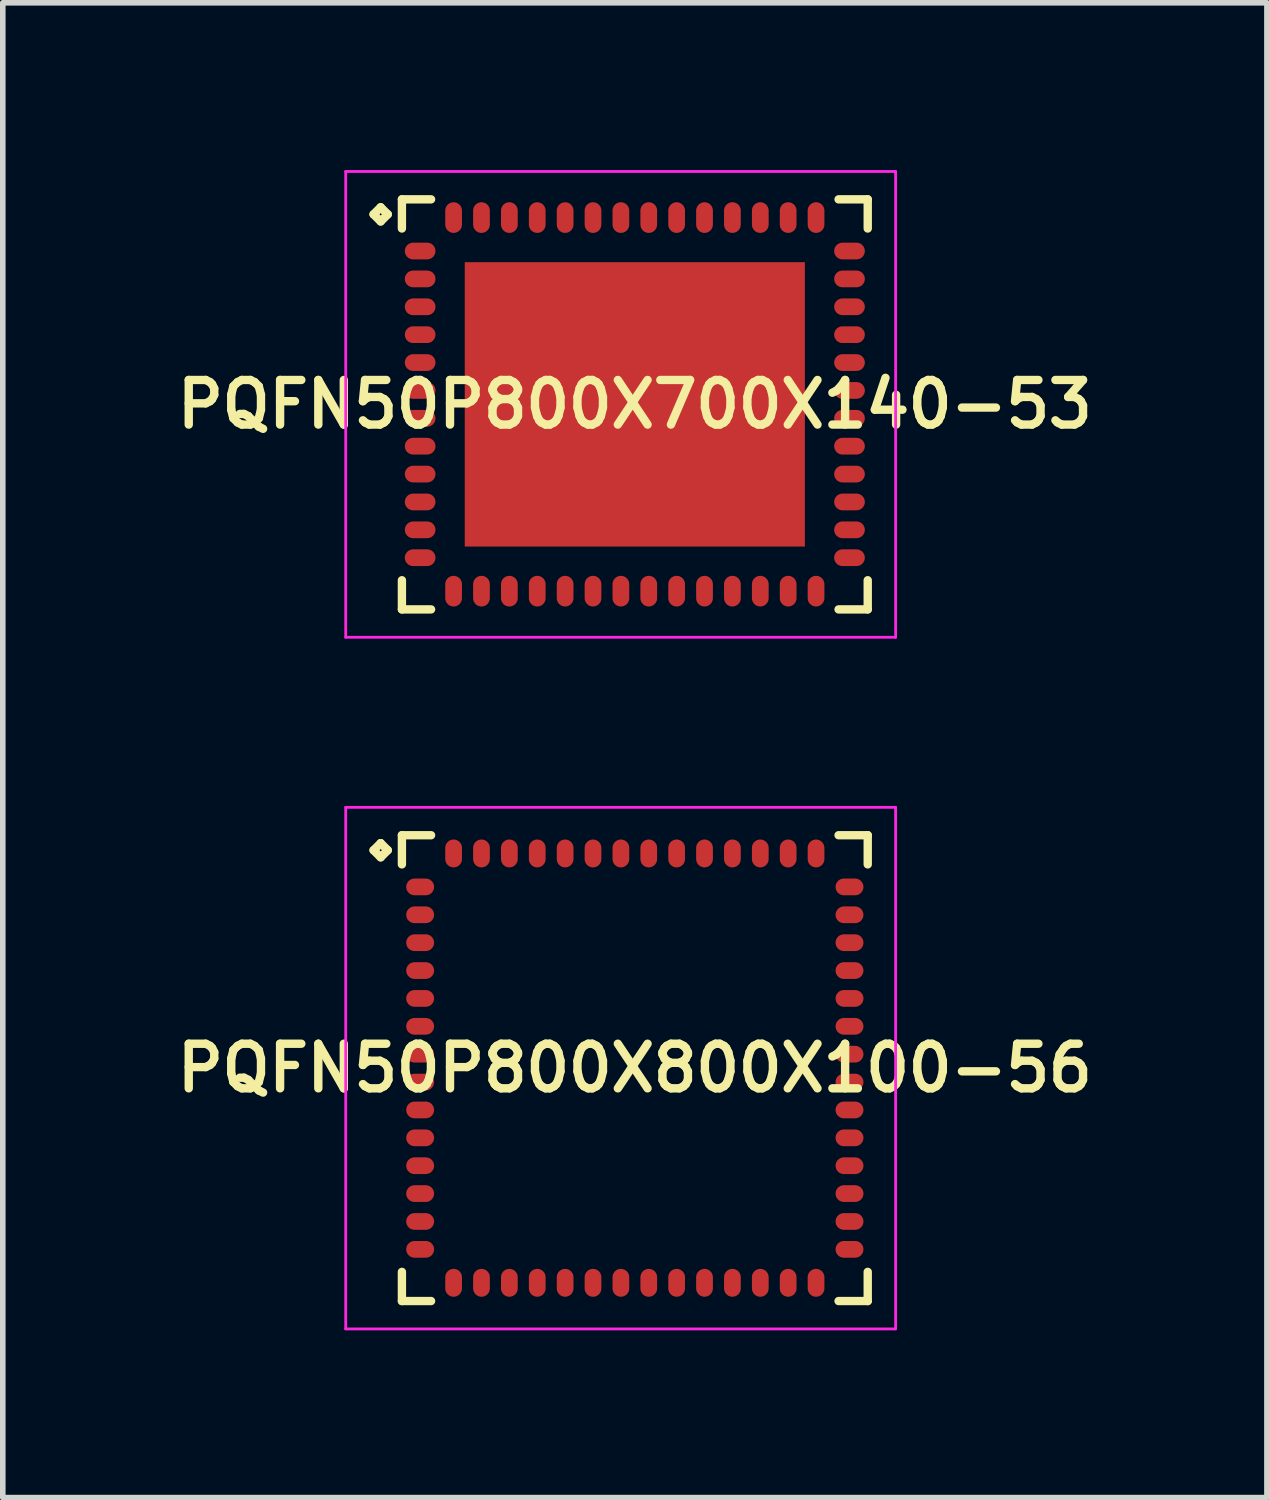
<source format=kicad_pcb>
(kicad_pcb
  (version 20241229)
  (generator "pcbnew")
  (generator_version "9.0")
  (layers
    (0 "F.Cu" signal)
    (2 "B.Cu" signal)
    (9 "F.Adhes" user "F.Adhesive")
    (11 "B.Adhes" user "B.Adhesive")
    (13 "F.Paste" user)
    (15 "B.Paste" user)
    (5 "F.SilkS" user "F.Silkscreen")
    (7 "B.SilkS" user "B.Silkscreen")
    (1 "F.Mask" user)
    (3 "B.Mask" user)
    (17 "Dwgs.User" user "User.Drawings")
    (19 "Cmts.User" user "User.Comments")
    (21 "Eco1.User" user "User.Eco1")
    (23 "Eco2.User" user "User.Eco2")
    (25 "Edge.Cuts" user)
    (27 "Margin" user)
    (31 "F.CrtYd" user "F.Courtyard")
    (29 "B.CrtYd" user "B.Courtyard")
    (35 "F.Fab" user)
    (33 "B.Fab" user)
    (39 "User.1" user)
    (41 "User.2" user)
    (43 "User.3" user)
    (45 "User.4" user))
  (footprint "PQFN50P800X800X100-56"
    (layer "F.Cu")
    (at 8.335 16.106)
    (property "Reference" "PQFN50P800X800X100-56" (at 0 0 0) (layer "F.SilkS") (effects (font (size 0.8 0.8) (thickness 0.15))))
    (attr smd)
    (fp_line (start -4.685 -3.908) (end -4.558 -4.035) (stroke (width 0.15) (type solid)) (layer "F.SilkS"))
    (fp_line (start -4.558 -4.035) (end -4.431 -3.908) (stroke (width 0.15) (type solid)) (layer "F.SilkS"))
    (fp_line (start -4.558 -3.781) (end -4.685 -3.908) (stroke (width 0.15) (type solid)) (layer "F.SilkS"))
    (fp_line (start -4.431 -3.908) (end -4.558 -3.781) (stroke (width 0.15) (type solid)) (layer "F.SilkS"))
    (fp_line (start -4.177 -4.177) (end -3.654 -4.177) (stroke (width 0.15) (type solid)) (layer "F.SilkS"))
    (fp_line (start -4.177 -3.654) (end -4.177 -4.177) (stroke (width 0.15) (type solid)) (layer "F.SilkS"))
    (fp_line (start -4.177 3.654) (end -4.177 4.177) (stroke (width 0.15) (type solid)) (layer "F.SilkS"))
    (fp_line (start -4.177 4.177) (end -3.654 4.177) (stroke (width 0.15) (type solid)) (layer "F.SilkS"))
    (fp_line (start 3.654 -4.177) (end 4.177 -4.177) (stroke (width 0.15) (type solid)) (layer "F.SilkS"))
    (fp_line (start 3.654 4.177) (end 4.177 4.177) (stroke (width 0.15) (type solid)) (layer "F.SilkS"))
    (fp_line (start 4.177 -4.177) (end 4.177 -3.654) (stroke (width 0.15) (type solid)) (layer "F.SilkS"))
    (fp_line (start 4.177 4.177) (end 4.177 3.654) (stroke (width 0.15) (type solid)) (layer "F.SilkS"))
    (fp_line (start -5.185 -4.677) (end 4.677 -4.677) (stroke (width 0.05) (type solid)) (layer "F.CrtYd"))
    (fp_line (start -5.185 4.677) (end -5.185 -4.677) (stroke (width 0.05) (type solid)) (layer "F.CrtYd"))
    (fp_line (start 4.677 -4.677) (end 4.677 4.677) (stroke (width 0.05) (type solid)) (layer "F.CrtYd"))
    (fp_line (start 4.677 4.677) (end -5.185 4.677) (stroke (width 0.05) (type solid)) (layer "F.CrtYd"))
    (pad "1" smd oval (at -3.85 -3.25) (size 0.5 0.3) (layers "F.Cu" "F.Mask" "F.Paste"))
    (pad "2" smd oval (at -3.85 -2.75) (size 0.5 0.3) (layers "F.Cu" "F.Mask" "F.Paste"))
    (pad "3" smd oval (at -3.85 -2.25) (size 0.5 0.3) (layers "F.Cu" "F.Mask" "F.Paste"))
    (pad "4" smd oval (at -3.85 -1.75) (size 0.5 0.3) (layers "F.Cu" "F.Mask" "F.Paste"))
    (pad "5" smd oval (at -3.85 -1.25) (size 0.5 0.3) (layers "F.Cu" "F.Mask" "F.Paste"))
    (pad "6" smd oval (at -3.85 -0.75) (size 0.5 0.3) (layers "F.Cu" "F.Mask" "F.Paste"))
    (pad "7" smd oval (at -3.85 -0.25) (size 0.5 0.3) (layers "F.Cu" "F.Mask" "F.Paste"))
    (pad "8" smd oval (at -3.85 0.25) (size 0.5 0.3) (layers "F.Cu" "F.Mask" "F.Paste"))
    (pad "9" smd oval (at -3.85 0.75) (size 0.5 0.3) (layers "F.Cu" "F.Mask" "F.Paste"))
    (pad "10" smd oval (at -3.85 1.25) (size 0.5 0.3) (layers "F.Cu" "F.Mask" "F.Paste"))
    (pad "11" smd oval (at -3.85 1.75) (size 0.5 0.3) (layers "F.Cu" "F.Mask" "F.Paste"))
    (pad "12" smd oval (at -3.85 2.25) (size 0.5 0.3) (layers "F.Cu" "F.Mask" "F.Paste"))
    (pad "13" smd oval (at -3.85 2.75) (size 0.5 0.3) (layers "F.Cu" "F.Mask" "F.Paste"))
    (pad "14" smd oval (at -3.85 3.25) (size 0.5 0.3) (layers "F.Cu" "F.Mask" "F.Paste"))
    (pad "15" smd oval (at -3.25 3.85) (size 0.3 0.5) (layers "F.Cu" "F.Mask" "F.Paste"))
    (pad "16" smd oval (at -2.75 3.85) (size 0.3 0.5) (layers "F.Cu" "F.Mask" "F.Paste"))
    (pad "17" smd oval (at -2.25 3.85) (size 0.3 0.5) (layers "F.Cu" "F.Mask" "F.Paste"))
    (pad "18" smd oval (at -1.75 3.85) (size 0.3 0.5) (layers "F.Cu" "F.Mask" "F.Paste"))
    (pad "19" smd oval (at -1.25 3.85) (size 0.3 0.5) (layers "F.Cu" "F.Mask" "F.Paste"))
    (pad "20" smd oval (at -0.75 3.85) (size 0.3 0.5) (layers "F.Cu" "F.Mask" "F.Paste"))
    (pad "21" smd oval (at -0.25 3.85) (size 0.3 0.5) (layers "F.Cu" "F.Mask" "F.Paste"))
    (pad "22" smd oval (at 0.25 3.85) (size 0.3 0.5) (layers "F.Cu" "F.Mask" "F.Paste"))
    (pad "23" smd oval (at 0.75 3.85) (size 0.3 0.5) (layers "F.Cu" "F.Mask" "F.Paste"))
    (pad "24" smd oval (at 1.25 3.85) (size 0.3 0.5) (layers "F.Cu" "F.Mask" "F.Paste"))
    (pad "25" smd oval (at 1.75 3.85) (size 0.3 0.5) (layers "F.Cu" "F.Mask" "F.Paste"))
    (pad "26" smd oval (at 2.25 3.85) (size 0.3 0.5) (layers "F.Cu" "F.Mask" "F.Paste"))
    (pad "27" smd oval (at 2.75 3.85) (size 0.3 0.5) (layers "F.Cu" "F.Mask" "F.Paste"))
    (pad "28" smd oval (at 3.25 3.85) (size 0.3 0.5) (layers "F.Cu" "F.Mask" "F.Paste"))
    (pad "29" smd oval (at 3.85 3.25) (size 0.5 0.3) (layers "F.Cu" "F.Mask" "F.Paste"))
    (pad "30" smd oval (at 3.85 2.75) (size 0.5 0.3) (layers "F.Cu" "F.Mask" "F.Paste"))
    (pad "31" smd oval (at 3.85 2.25) (size 0.5 0.3) (layers "F.Cu" "F.Mask" "F.Paste"))
    (pad "32" smd oval (at 3.85 1.75) (size 0.5 0.3) (layers "F.Cu" "F.Mask" "F.Paste"))
    (pad "33" smd oval (at 3.85 1.25) (size 0.5 0.3) (layers "F.Cu" "F.Mask" "F.Paste"))
    (pad "34" smd oval (at 3.85 0.75) (size 0.5 0.3) (layers "F.Cu" "F.Mask" "F.Paste"))
    (pad "35" smd oval (at 3.85 0.25) (size 0.5 0.3) (layers "F.Cu" "F.Mask" "F.Paste"))
    (pad "36" smd oval (at 3.85 -0.25) (size 0.5 0.3) (layers "F.Cu" "F.Mask" "F.Paste"))
    (pad "37" smd oval (at 3.85 -0.75) (size 0.5 0.3) (layers "F.Cu" "F.Mask" "F.Paste"))
    (pad "38" smd oval (at 3.85 -1.25) (size 0.5 0.3) (layers "F.Cu" "F.Mask" "F.Paste"))
    (pad "39" smd oval (at 3.85 -1.75) (size 0.5 0.3) (layers "F.Cu" "F.Mask" "F.Paste"))
    (pad "40" smd oval (at 3.85 -2.25) (size 0.5 0.3) (layers "F.Cu" "F.Mask" "F.Paste"))
    (pad "41" smd oval (at 3.85 -2.75) (size 0.5 0.3) (layers "F.Cu" "F.Mask" "F.Paste"))
    (pad "42" smd oval (at 3.85 -3.25) (size 0.5 0.3) (layers "F.Cu" "F.Mask" "F.Paste"))
    (pad "43" smd oval (at 3.25 -3.85) (size 0.3 0.5) (layers "F.Cu" "F.Mask" "F.Paste"))
    (pad "44" smd oval (at 2.75 -3.85) (size 0.3 0.5) (layers "F.Cu" "F.Mask" "F.Paste"))
    (pad "45" smd oval (at 2.25 -3.85) (size 0.3 0.5) (layers "F.Cu" "F.Mask" "F.Paste"))
    (pad "46" smd oval (at 1.75 -3.85) (size 0.3 0.5) (layers "F.Cu" "F.Mask" "F.Paste"))
    (pad "47" smd oval (at 1.25 -3.85) (size 0.3 0.5) (layers "F.Cu" "F.Mask" "F.Paste"))
    (pad "48" smd oval (at 0.75 -3.85) (size 0.3 0.5) (layers "F.Cu" "F.Mask" "F.Paste"))
    (pad "49" smd oval (at 0.25 -3.85) (size 0.3 0.5) (layers "F.Cu" "F.Mask" "F.Paste"))
    (pad "50" smd oval (at -0.25 -3.85) (size 0.3 0.5) (layers "F.Cu" "F.Mask" "F.Paste"))
    (pad "51" smd oval (at -0.75 -3.85) (size 0.3 0.5) (layers "F.Cu" "F.Mask" "F.Paste"))
    (pad "52" smd oval (at -1.25 -3.85) (size 0.3 0.5) (layers "F.Cu" "F.Mask" "F.Paste"))
    (pad "53" smd oval (at -1.75 -3.85) (size 0.3 0.5) (layers "F.Cu" "F.Mask" "F.Paste"))
    (pad "54" smd oval (at -2.25 -3.85) (size 0.3 0.5) (layers "F.Cu" "F.Mask" "F.Paste"))
    (pad "55" smd oval (at -2.75 -3.85) (size 0.3 0.5) (layers "F.Cu" "F.Mask" "F.Paste"))
    (pad "56" smd oval (at -3.25 -3.85) (size 0.3 0.5) (layers "F.Cu" "F.Mask" "F.Paste")))
  (footprint "PQFN50P800X700X140-53"
    (layer "F.Cu")
    (at 8.335 4.202)
    (property "Reference" "PQFN50P800X700X140-53" (at 0 0 0) (layer "F.SilkS") (effects (font (size 0.8 0.8) (thickness 0.15))))
    (attr smd)
    (fp_line (start -4.685 -3.408) (end -4.558 -3.535) (stroke (width 0.15) (type solid)) (layer "F.SilkS"))
    (fp_line (start -4.558 -3.535) (end -4.431 -3.408) (stroke (width 0.15) (type solid)) (layer "F.SilkS"))
    (fp_line (start -4.558 -3.281) (end -4.685 -3.408) (stroke (width 0.15) (type solid)) (layer "F.SilkS"))
    (fp_line (start -4.431 -3.408) (end -4.558 -3.281) (stroke (width 0.15) (type solid)) (layer "F.SilkS"))
    (fp_line (start -4.177 -3.677) (end -3.654 -3.677) (stroke (width 0.15) (type solid)) (layer "F.SilkS"))
    (fp_line (start -4.177 -3.154) (end -4.177 -3.677) (stroke (width 0.15) (type solid)) (layer "F.SilkS"))
    (fp_line (start -4.177 3.154) (end -4.177 3.677) (stroke (width 0.15) (type solid)) (layer "F.SilkS"))
    (fp_line (start -4.177 3.677) (end -3.654 3.677) (stroke (width 0.15) (type solid)) (layer "F.SilkS"))
    (fp_line (start 3.654 -3.677) (end 4.177 -3.677) (stroke (width 0.15) (type solid)) (layer "F.SilkS"))
    (fp_line (start 3.654 3.677) (end 4.177 3.677) (stroke (width 0.15) (type solid)) (layer "F.SilkS"))
    (fp_line (start 4.177 -3.677) (end 4.177 -3.154) (stroke (width 0.15) (type solid)) (layer "F.SilkS"))
    (fp_line (start 4.177 3.677) (end 4.177 3.154) (stroke (width 0.15) (type solid)) (layer "F.SilkS"))
    (fp_line (start -5.185 -4.177) (end 4.677 -4.177) (stroke (width 0.05) (type solid)) (layer "F.CrtYd"))
    (fp_line (start -5.185 4.177) (end -5.185 -4.177) (stroke (width 0.05) (type solid)) (layer "F.CrtYd"))
    (fp_line (start 4.677 -4.177) (end 4.677 4.177) (stroke (width 0.05) (type solid)) (layer "F.CrtYd"))
    (fp_line (start 4.677 4.177) (end -5.185 4.177) (stroke (width 0.05) (type solid)) (layer "F.CrtYd"))
    (pad "1" smd oval (at -3.85 -2.75) (size 0.55 0.3) (layers "F.Cu" "F.Mask" "F.Paste"))
    (pad "2" smd oval (at -3.85 -2.25) (size 0.55 0.3) (layers "F.Cu" "F.Mask" "F.Paste"))
    (pad "3" smd oval (at -3.85 -1.75) (size 0.55 0.3) (layers "F.Cu" "F.Mask" "F.Paste"))
    (pad "4" smd oval (at -3.85 -1.25) (size 0.55 0.3) (layers "F.Cu" "F.Mask" "F.Paste"))
    (pad "5" smd oval (at -3.85 -0.75) (size 0.55 0.3) (layers "F.Cu" "F.Mask" "F.Paste"))
    (pad "6" smd oval (at -3.85 -0.25) (size 0.55 0.3) (layers "F.Cu" "F.Mask" "F.Paste"))
    (pad "7" smd oval (at -3.85 0.25) (size 0.55 0.3) (layers "F.Cu" "F.Mask" "F.Paste"))
    (pad "8" smd oval (at -3.85 0.75) (size 0.55 0.3) (layers "F.Cu" "F.Mask" "F.Paste"))
    (pad "9" smd oval (at -3.85 1.25) (size 0.55 0.3) (layers "F.Cu" "F.Mask" "F.Paste"))
    (pad "10" smd oval (at -3.85 1.75) (size 0.55 0.3) (layers "F.Cu" "F.Mask" "F.Paste"))
    (pad "11" smd oval (at -3.85 2.25) (size 0.55 0.3) (layers "F.Cu" "F.Mask" "F.Paste"))
    (pad "12" smd oval (at -3.85 2.75) (size 0.55 0.3) (layers "F.Cu" "F.Mask" "F.Paste"))
    (pad "13" smd oval (at -3.25 3.35) (size 0.3 0.55) (layers "F.Cu" "F.Mask" "F.Paste"))
    (pad "14" smd oval (at -2.75 3.35) (size 0.3 0.55) (layers "F.Cu" "F.Mask" "F.Paste"))
    (pad "15" smd oval (at -2.25 3.35) (size 0.3 0.55) (layers "F.Cu" "F.Mask" "F.Paste"))
    (pad "16" smd oval (at -1.75 3.35) (size 0.3 0.55) (layers "F.Cu" "F.Mask" "F.Paste"))
    (pad "17" smd oval (at -1.25 3.35) (size 0.3 0.55) (layers "F.Cu" "F.Mask" "F.Paste"))
    (pad "18" smd oval (at -0.75 3.35) (size 0.3 0.55) (layers "F.Cu" "F.Mask" "F.Paste"))
    (pad "19" smd oval (at -0.25 3.35) (size 0.3 0.55) (layers "F.Cu" "F.Mask" "F.Paste"))
    (pad "20" smd oval (at 0.25 3.35) (size 0.3 0.55) (layers "F.Cu" "F.Mask" "F.Paste"))
    (pad "21" smd oval (at 0.75 3.35) (size 0.3 0.55) (layers "F.Cu" "F.Mask" "F.Paste"))
    (pad "22" smd oval (at 1.25 3.35) (size 0.3 0.55) (layers "F.Cu" "F.Mask" "F.Paste"))
    (pad "23" smd oval (at 1.75 3.35) (size 0.3 0.55) (layers "F.Cu" "F.Mask" "F.Paste"))
    (pad "24" smd oval (at 2.25 3.35) (size 0.3 0.55) (layers "F.Cu" "F.Mask" "F.Paste"))
    (pad "25" smd oval (at 2.75 3.35) (size 0.3 0.55) (layers "F.Cu" "F.Mask" "F.Paste"))
    (pad "26" smd oval (at 3.25 3.35) (size 0.3 0.55) (layers "F.Cu" "F.Mask" "F.Paste"))
    (pad "27" smd oval (at 3.85 2.75) (size 0.55 0.3) (layers "F.Cu" "F.Mask" "F.Paste"))
    (pad "28" smd oval (at 3.85 2.25) (size 0.55 0.3) (layers "F.Cu" "F.Mask" "F.Paste"))
    (pad "29" smd oval (at 3.85 1.75) (size 0.55 0.3) (layers "F.Cu" "F.Mask" "F.Paste"))
    (pad "30" smd oval (at 3.85 1.25) (size 0.55 0.3) (layers "F.Cu" "F.Mask" "F.Paste"))
    (pad "31" smd oval (at 3.85 0.75) (size 0.55 0.3) (layers "F.Cu" "F.Mask" "F.Paste"))
    (pad "32" smd oval (at 3.85 0.25) (size 0.55 0.3) (layers "F.Cu" "F.Mask" "F.Paste"))
    (pad "33" smd oval (at 3.85 -0.25) (size 0.55 0.3) (layers "F.Cu" "F.Mask" "F.Paste"))
    (pad "34" smd oval (at 3.85 -0.75) (size 0.55 0.3) (layers "F.Cu" "F.Mask" "F.Paste"))
    (pad "35" smd oval (at 3.85 -1.25) (size 0.55 0.3) (layers "F.Cu" "F.Mask" "F.Paste"))
    (pad "36" smd oval (at 3.85 -1.75) (size 0.55 0.3) (layers "F.Cu" "F.Mask" "F.Paste"))
    (pad "37" smd oval (at 3.85 -2.25) (size 0.55 0.3) (layers "F.Cu" "F.Mask" "F.Paste"))
    (pad "38" smd oval (at 3.85 -2.75) (size 0.55 0.3) (layers "F.Cu" "F.Mask" "F.Paste"))
    (pad "39" smd oval (at 3.25 -3.35) (size 0.3 0.55) (layers "F.Cu" "F.Mask" "F.Paste"))
    (pad "40" smd oval (at 2.75 -3.35) (size 0.3 0.55) (layers "F.Cu" "F.Mask" "F.Paste"))
    (pad "41" smd oval (at 2.25 -3.35) (size 0.3 0.55) (layers "F.Cu" "F.Mask" "F.Paste"))
    (pad "42" smd oval (at 1.75 -3.35) (size 0.3 0.55) (layers "F.Cu" "F.Mask" "F.Paste"))
    (pad "43" smd oval (at 1.25 -3.35) (size 0.3 0.55) (layers "F.Cu" "F.Mask" "F.Paste"))
    (pad "44" smd oval (at 0.75 -3.35) (size 0.3 0.55) (layers "F.Cu" "F.Mask" "F.Paste"))
    (pad "45" smd oval (at 0.25 -3.35) (size 0.3 0.55) (layers "F.Cu" "F.Mask" "F.Paste"))
    (pad "46" smd oval (at -0.25 -3.35) (size 0.3 0.55) (layers "F.Cu" "F.Mask" "F.Paste"))
    (pad "47" smd oval (at -0.75 -3.35) (size 0.3 0.55) (layers "F.Cu" "F.Mask" "F.Paste"))
    (pad "48" smd oval (at -1.25 -3.35) (size 0.3 0.55) (layers "F.Cu" "F.Mask" "F.Paste"))
    (pad "49" smd oval (at -1.75 -3.35) (size 0.3 0.55) (layers "F.Cu" "F.Mask" "F.Paste"))
    (pad "50" smd oval (at -2.25 -3.35) (size 0.3 0.55) (layers "F.Cu" "F.Mask" "F.Paste"))
    (pad "51" smd oval (at -2.75 -3.35) (size 0.3 0.55) (layers "F.Cu" "F.Mask" "F.Paste"))
    (pad "52" smd oval (at -3.25 -3.35) (size 0.3 0.55) (layers "F.Cu" "F.Mask" "F.Paste"))
    (pad "53" smd rect (at 0 0) (size 6.1 5.1) (layers "F.Cu" "F.Mask" "F.Paste")))
  (gr_rect
    (start -3 -3)
    (end 19.671 23.808)
    (stroke (width 0.1) (type default))
    (fill no)
    (layer "Edge.Cuts")))
</source>
